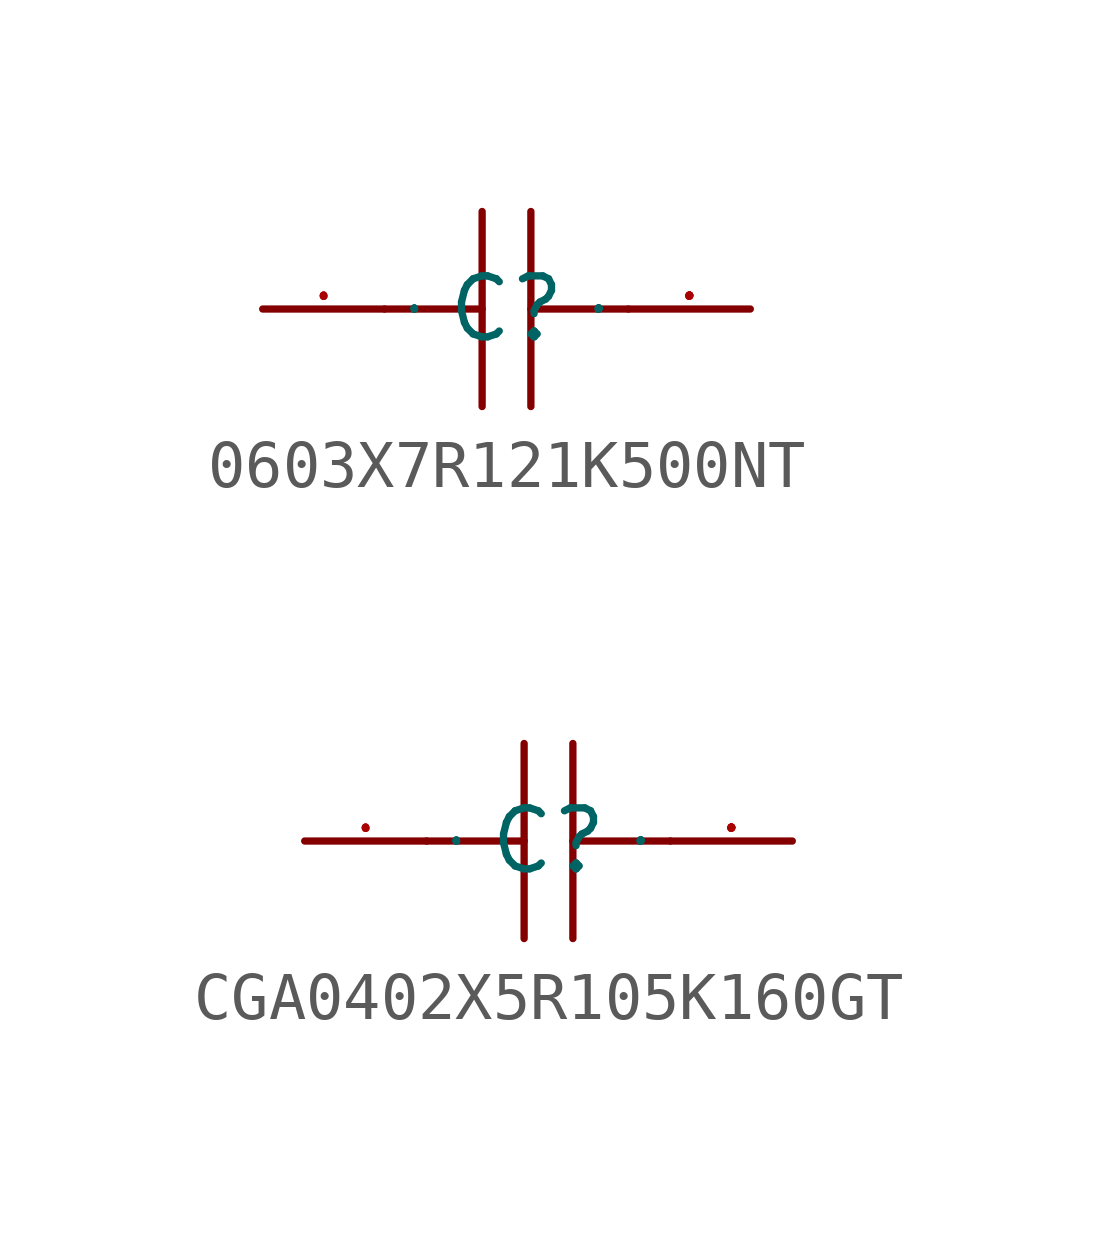
<source format=kicad_sym>
(kicad_symbol_lib
  (version 20241209)
  (generator "kicad_symbol_editor")
  (generator_version "9.0")
  (symbol "0603X7R121K500NT"
    (property "Reference" "C"
      (at 0 0 0)
      (effects (font (size 1.27 1.27))))
    (symbol "0603X7R121K500NT_1_0"
      (polyline (pts (xy -0.508 0) (xy -2.54 0)) (stroke (width 0) (type default)) (fill (type none)))
      (polyline (pts (xy -0.508 -2.032) (xy -0.508 2.032)) (stroke (width 0) (type default)) (fill (type none)))
      (polyline (pts (xy 0.508 2.032) (xy 0.508 -2.032)) (stroke (width 0) (type default)) (fill (type none)))
      (polyline (pts (xy 2.54 0) (xy 0.508 0)) (stroke (width 0) (type default)) (fill (type none)))
      (pin unspecified line (at -5.08 0 0) (length 2.54) (name "1" (effects (font (size 0.025 0.025)))) (number "1" (effects (font (size 0.025 0.025)))))
      (pin unspecified line (at 5.08 0 180) (length 2.54) (name "2" (effects (font (size 0.025 0.025)))) (number "2" (effects (font (size 0.025 0.025)))))))
  (symbol "CGA0402X5R105K160GT"
    (property "Reference" "C"
      (at 0 0 0)
      (effects (font (size 1.27 1.27))))
    (symbol "CGA0402X5R105K160GT_1_0"
      (polyline (pts (xy -0.508 0) (xy -2.54 0)) (stroke (width 0) (type default)) (fill (type none)))
      (polyline (pts (xy -0.508 -2.032) (xy -0.508 2.032)) (stroke (width 0) (type default)) (fill (type none)))
      (polyline (pts (xy 0.508 2.032) (xy 0.508 -2.032)) (stroke (width 0) (type default)) (fill (type none)))
      (polyline (pts (xy 2.54 0) (xy 0.508 0)) (stroke (width 0) (type default)) (fill (type none)))
      (pin unspecified line (at -5.08 0 0) (length 2.54) (name "1" (effects (font (size 0.025 0.025)))) (number "1" (effects (font (size 0.025 0.025)))))
      (pin unspecified line (at 5.08 0 180) (length 2.54) (name "2" (effects (font (size 0.025 0.025)))) (number "2" (effects (font (size 0.025 0.025))))))))
</source>
